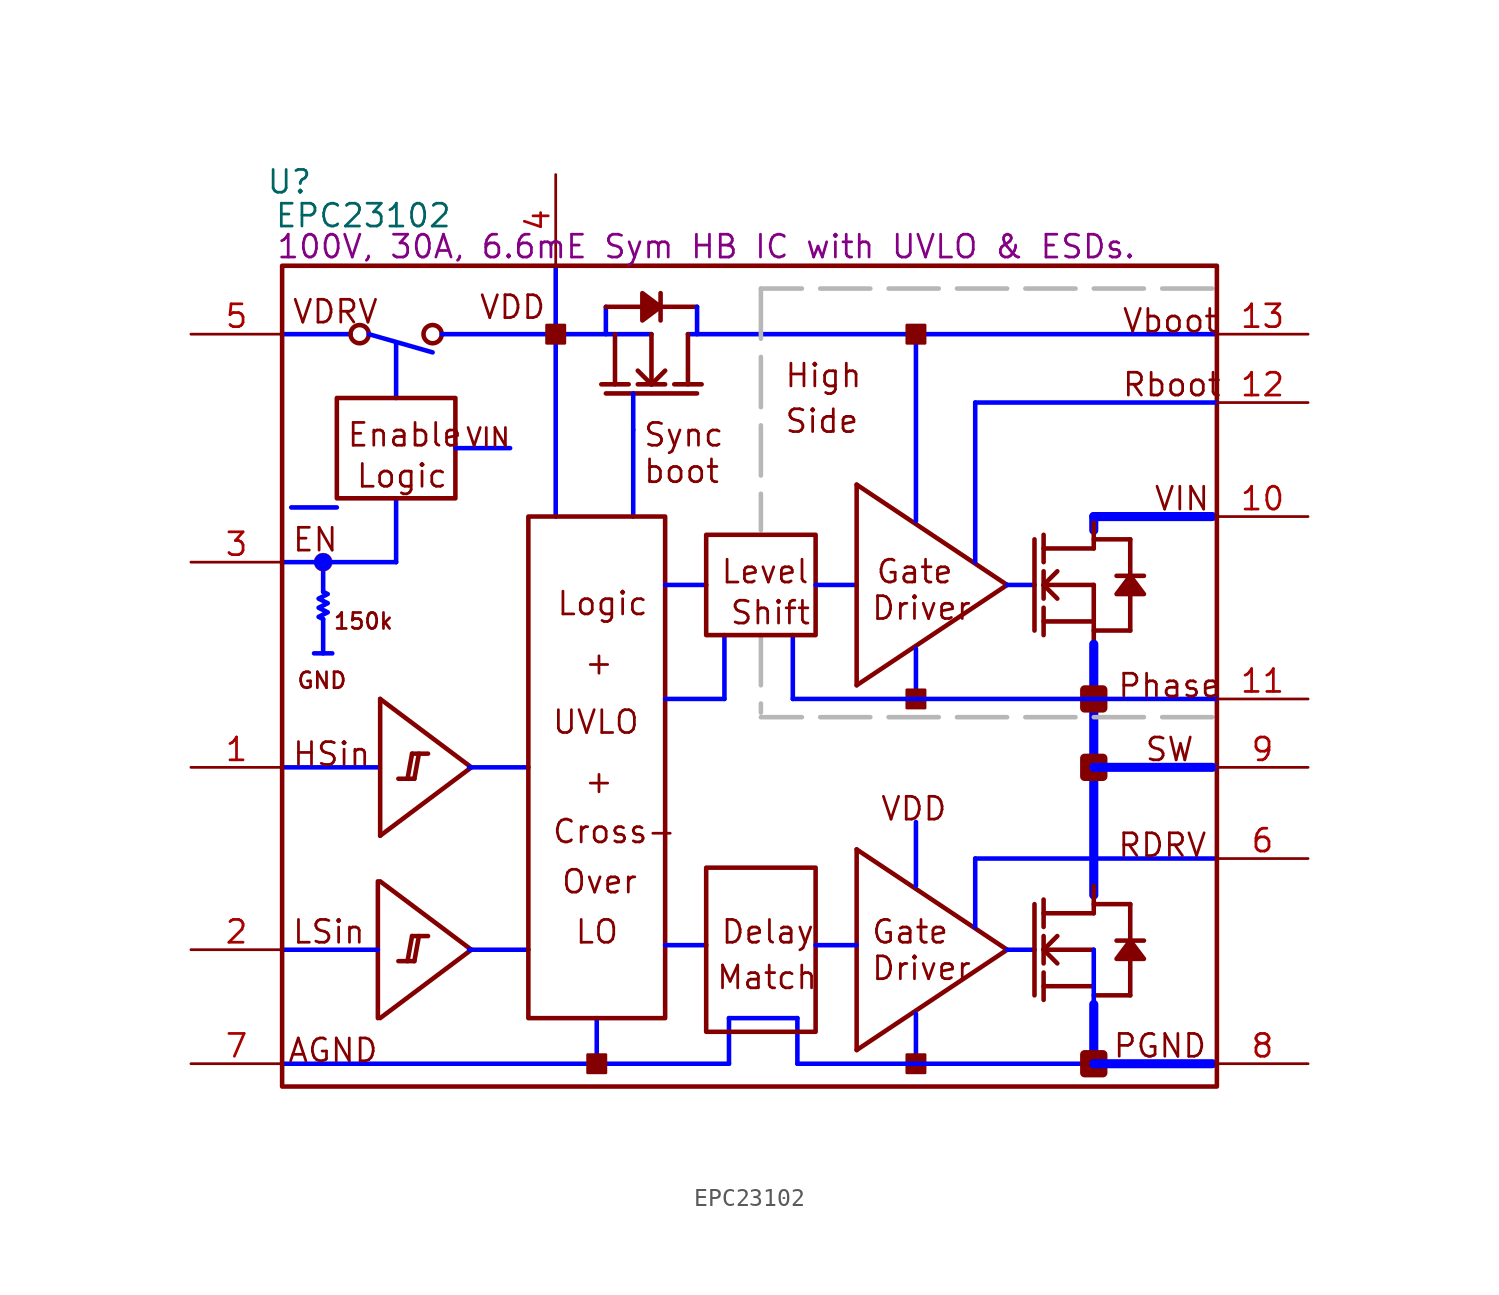
<source format=kicad_sym>
(kicad_symbol_lib
  (version 20220914)
  (generator kicad_symbol_editor)
  (symbol "EPC23102"
    (property "Reference" "U"
      (at 5.486 50.394 0)
      (effects (font (size 1.27 1.27))))
    (property "Value" "EPC23102"
      (at 9.601 48.514 0)
      (effects (font (size 1.27 1.27))))
    (property "Description" "100V, 30A, 6.6mE Sym HB IC with UVLO & ESDs."
      (at 28.702 46.787 0)
      (effects (font (size 1.27 1.27))))
    (symbol "EPC23102_1_0"
      (polyline (pts (xy 5.08 1.27) (xy 29.972 1.27)) (stroke (width 0.254) (type solid) (color 0 0 255 1)) (fill (type none)))
      (polyline (pts (xy 5.08 41.91) (xy 8.89 41.91)) (stroke (width 0.254) (type solid) (color 0 0 255 1)) (fill (type none)))
      (polyline (pts (xy 5.588 32.258) (xy 8.128 32.258)) (stroke (width 0.254) (type solid) (color 0 0 255 1)) (fill (type none)))
      (polyline (pts (xy 7.366 26.035) (xy 7.366 24.13)) (stroke (width 0.254) (type solid) (color 0 0 255 1)) (fill (type none)))
      (polyline (pts (xy 7.366 29.21) (xy 7.366 27.559)) (stroke (width 0.254) (type solid) (color 0 0 255 1)) (fill (type none)))
      (polyline (pts (xy 7.874 24.13) (xy 6.858 24.13)) (stroke (width 0.254) (type solid) (color 0 0 255 1)) (fill (type none)))
      (polyline (pts (xy 9.906 41.91) (xy 13.462 40.894)) (stroke (width 0.254) (type solid) (color 0 0 255 1)) (fill (type none)))
      (polyline (pts (xy 10.414 7.62) (xy 5.08 7.62)) (stroke (width 0.254) (type solid) (color 0 0 255 1)) (fill (type none)))
      (polyline (pts (xy 10.414 11.43) (xy 10.414 3.81)) (stroke (width 0.254) (type solid)) (fill (type none)))
      (polyline (pts (xy 10.414 17.78) (xy 5.08 17.78)) (stroke (width 0.254) (type solid) (color 0 0 255 1)) (fill (type none)))
      (polyline (pts (xy 10.541 3.81) (xy 15.621 7.62)) (stroke (width 0.254) (type solid)) (fill (type none)))
      (polyline (pts (xy 10.541 11.43) (xy 15.621 7.62)) (stroke (width 0.254) (type solid)) (fill (type none)))
      (polyline (pts (xy 10.541 13.97) (xy 15.621 17.78)) (stroke (width 0.254) (type solid)) (fill (type none)))
      (polyline (pts (xy 10.541 21.59) (xy 10.541 13.97)) (stroke (width 0.254) (type solid)) (fill (type none)))
      (polyline (pts (xy 10.541 21.59) (xy 15.621 17.78)) (stroke (width 0.254) (type solid)) (fill (type none)))
      (polyline (pts (xy 11.43 29.21) (xy 5.08 29.21)) (stroke (width 0.254) (type solid) (color 0 0 255 1)) (fill (type none)))
      (polyline (pts (xy 11.43 29.21) (xy 11.43 32.766)) (stroke (width 0.254) (type solid) (color 0 0 255 1)) (fill (type none)))
      (polyline (pts (xy 11.43 38.354) (xy 11.43 41.402)) (stroke (width 0.254) (type solid) (color 0 0 255 1)) (fill (type none)))
      (polyline (pts (xy 12.065 6.985) (xy 12.319 8.382)) (stroke (width 0.254) (type solid)) (fill (type none)))
      (polyline (pts (xy 12.065 17.145) (xy 12.319 18.542)) (stroke (width 0.254) (type solid)) (fill (type none)))
      (polyline (pts (xy 12.446 6.985) (xy 11.557 6.985)) (stroke (width 0.254) (type solid)) (fill (type none)))
      (polyline (pts (xy 12.446 6.985) (xy 12.7 8.382)) (stroke (width 0.254) (type solid)) (fill (type none)))
      (polyline (pts (xy 12.446 17.145) (xy 11.557 17.145)) (stroke (width 0.254) (type solid)) (fill (type none)))
      (polyline (pts (xy 12.446 17.145) (xy 12.7 18.542)) (stroke (width 0.254) (type solid)) (fill (type none)))
      (polyline (pts (xy 13.208 8.382) (xy 12.319 8.382)) (stroke (width 0.254) (type solid)) (fill (type none)))
      (polyline (pts (xy 13.208 18.542) (xy 12.319 18.542)) (stroke (width 0.254) (type solid)) (fill (type none)))
      (polyline (pts (xy 13.97 41.91) (xy 25.654 41.91)) (stroke (width 0.254) (type solid) (color 0 0 255 1)) (fill (type none)))
      (polyline (pts (xy 15.494 7.62) (xy 18.796 7.62)) (stroke (width 0.254) (type solid) (color 0 0 255 1)) (fill (type none)))
      (polyline (pts (xy 15.494 17.78) (xy 18.796 17.78)) (stroke (width 0.254) (type solid) (color 0 0 255 1)) (fill (type none)))
      (polyline (pts (xy 17.78 35.56) (xy 14.732 35.56)) (stroke (width 0.254) (type solid) (color 0 0 255 1)) (fill (type none)))
      (polyline (pts (xy 20.32 31.75) (xy 20.32 45.72)) (stroke (width 0.254) (type solid) (color 0 0 255 1)) (fill (type none)))
      (polyline (pts (xy 22.606 1.27) (xy 22.606 3.81)) (stroke (width 0.254) (type solid) (color 0 0 255 1)) (fill (type none)))
      (polyline (pts (xy 23.114 38.608) (xy 28.194 38.608)) (stroke (width 0.254) (type solid)) (fill (type none)))
      (polyline (pts (xy 23.114 43.434) (xy 23.114 41.91)) (stroke (width 0.254) (type solid) (color 0 0 255 1)) (fill (type none)))
      (polyline (pts (xy 23.114 43.434) (xy 25.146 43.434)) (stroke (width 0.254) (type solid)) (fill (type none)))
      (polyline (pts (xy 23.622 41.91) (xy 23.622 39.116)) (stroke (width 0.254) (type solid)) (fill (type none)))
      (polyline (pts (xy 24.384 39.116) (xy 22.86 39.116)) (stroke (width 0.254) (type solid)) (fill (type none)))
      (polyline (pts (xy 24.638 31.75) (xy 24.638 36.576)) (stroke (width 0.254) (type solid) (color 0 0 255 1)) (fill (type none)))
      (polyline (pts (xy 24.638 38.608) (xy 24.638 36.576)) (stroke (width 0.254) (type solid) (color 0 0 255 1)) (fill (type none)))
      (polyline (pts (xy 25.654 39.116) (xy 24.892 39.878)) (stroke (width 0.254) (type solid)) (fill (type none)))
      (polyline (pts (xy 25.654 39.116) (xy 25.654 41.91)) (stroke (width 0.254) (type solid)) (fill (type none)))
      (polyline (pts (xy 26.162 42.672) (xy 26.162 44.196)) (stroke (width 0.254) (type solid)) (fill (type none)))
      (polyline (pts (xy 26.162 43.434) (xy 28.194 43.434)) (stroke (width 0.254) (type solid)) (fill (type none)))
      (polyline (pts (xy 26.416 27.94) (xy 28.702 27.94)) (stroke (width 0.254) (type solid) (color 0 0 255 1)) (fill (type none)))
      (polyline (pts (xy 26.416 39.116) (xy 24.892 39.116)) (stroke (width 0.254) (type solid)) (fill (type none)))
      (polyline (pts (xy 26.416 39.878) (xy 25.654 39.116)) (stroke (width 0.254) (type solid)) (fill (type none)))
      (polyline (pts (xy 27.686 39.116) (xy 27.686 41.91)) (stroke (width 0.254) (type solid)) (fill (type none)))
      (polyline (pts (xy 27.686 41.91) (xy 57.15 41.91)) (stroke (width 0.254) (type solid) (color 0 0 255 1)) (fill (type none)))
      (polyline (pts (xy 28.194 43.434) (xy 28.194 41.91)) (stroke (width 0.254) (type solid) (color 0 0 255 1)) (fill (type none)))
      (polyline (pts (xy 28.448 39.116) (xy 26.924 39.116)) (stroke (width 0.254) (type solid)) (fill (type none)))
      (polyline (pts (xy 28.702 7.874) (xy 26.416 7.874)) (stroke (width 0.254) (type solid) (color 0 0 255 1)) (fill (type none)))
      (polyline (pts (xy 29.718 21.59) (xy 26.416 21.59)) (stroke (width 0.254) (type solid) (color 0 0 255 1)) (fill (type none)))
      (polyline (pts (xy 29.718 21.59) (xy 29.718 25.146)) (stroke (width 0.254) (type solid) (color 0 0 255 1)) (fill (type none)))
      (polyline (pts (xy 29.972 1.27) (xy 29.972 3.048)) (stroke (width 0.254) (type solid) (color 0 0 255 1)) (fill (type none)))
      (polyline (pts (xy 29.972 3.048) (xy 29.972 3.81)) (stroke (width 0.254) (type solid) (color 0 0 255 1)) (fill (type none)))
      (polyline (pts (xy 29.972 3.81) (xy 33.782 3.81)) (stroke (width 0.254) (type solid) (color 0 0 255 1)) (fill (type none)))
      (polyline (pts (xy 31.75 25.146) (xy 31.75 20.828)) (stroke (width 0.254) (type dash) (color 183 183 183 1)) (fill (type none)))
      (polyline (pts (xy 31.75 44.45) (xy 31.75 30.988)) (stroke (width 0.254) (type dash) (color 183 183 183 1)) (fill (type none)))
      (polyline (pts (xy 33.528 21.59) (xy 33.528 25.146)) (stroke (width 0.254) (type solid) (color 0 0 255 1)) (fill (type none)))
      (polyline (pts (xy 33.782 1.27) (xy 33.782 3.048)) (stroke (width 0.254) (type solid) (color 0 0 255 1)) (fill (type none)))
      (polyline (pts (xy 33.782 3.048) (xy 33.782 3.81)) (stroke (width 0.254) (type solid) (color 0 0 255 1)) (fill (type none)))
      (polyline (pts (xy 34.798 27.94) (xy 37.084 27.94)) (stroke (width 0.254) (type solid) (color 0 0 255 1)) (fill (type none)))
      (polyline (pts (xy 37.084 2.032) (xy 45.466 7.62)) (stroke (width 0.254) (type solid)) (fill (type none)))
      (polyline (pts (xy 37.084 7.874) (xy 34.798 7.874)) (stroke (width 0.254) (type solid) (color 0 0 255 1)) (fill (type none)))
      (polyline (pts (xy 37.084 13.208) (xy 37.084 2.032)) (stroke (width 0.254) (type solid)) (fill (type none)))
      (polyline (pts (xy 37.084 13.208) (xy 45.466 7.62)) (stroke (width 0.254) (type solid)) (fill (type none)))
      (polyline (pts (xy 37.084 22.352) (xy 45.466 27.94)) (stroke (width 0.254) (type solid)) (fill (type none)))
      (polyline (pts (xy 37.084 33.528) (xy 37.084 22.352)) (stroke (width 0.254) (type solid)) (fill (type none)))
      (polyline (pts (xy 37.084 33.528) (xy 45.466 27.94)) (stroke (width 0.254) (type solid)) (fill (type none)))
      (polyline (pts (xy 40.386 1.27) (xy 40.386 4.064)) (stroke (width 0.254) (type solid) (color 0 0 255 1)) (fill (type none)))
      (polyline (pts (xy 40.386 11.176) (xy 40.386 14.732)) (stroke (width 0.254) (type solid) (color 0 0 255 1)) (fill (type none)))
      (polyline (pts (xy 40.386 21.59) (xy 40.386 24.384)) (stroke (width 0.254) (type solid) (color 0 0 255 1)) (fill (type none)))
      (polyline (pts (xy 40.386 31.496) (xy 40.386 41.91)) (stroke (width 0.254) (type solid) (color 0 0 255 1)) (fill (type none)))
      (polyline (pts (xy 43.688 8.89) (xy 43.688 12.7)) (stroke (width 0.254) (type solid) (color 0 0 255 1)) (fill (type none)))
      (polyline (pts (xy 43.688 12.7) (xy 57.15 12.7)) (stroke (width 0.254) (type solid) (color 0 0 255 1)) (fill (type none)))
      (polyline (pts (xy 43.688 29.21) (xy 43.688 38.1)) (stroke (width 0.254) (type solid) (color 0 0 255 1)) (fill (type none)))
      (polyline (pts (xy 45.466 7.62) (xy 46.99 7.62)) (stroke (width 0.254) (type solid) (color 0 0 255 1)) (fill (type none)))
      (polyline (pts (xy 45.466 27.94) (xy 46.99 27.94)) (stroke (width 0.254) (type solid) (color 0 0 255 1)) (fill (type none)))
      (polyline (pts (xy 46.99 10.16) (xy 46.99 5.08)) (stroke (width 0.254) (type solid)) (fill (type none)))
      (polyline (pts (xy 46.99 30.48) (xy 46.99 25.4)) (stroke (width 0.254) (type solid)) (fill (type none)))
      (polyline (pts (xy 47.498 4.826) (xy 47.498 6.35)) (stroke (width 0.254) (type solid)) (fill (type none)))
      (polyline (pts (xy 47.498 5.588) (xy 50.292 5.588)) (stroke (width 0.254) (type solid)) (fill (type none)))
      (polyline (pts (xy 47.498 6.858) (xy 47.498 8.382)) (stroke (width 0.254) (type solid)) (fill (type none)))
      (polyline (pts (xy 47.498 7.62) (xy 48.26 8.382)) (stroke (width 0.254) (type solid)) (fill (type none)))
      (polyline (pts (xy 47.498 7.62) (xy 50.292 7.62)) (stroke (width 0.254) (type solid)) (fill (type none)))
      (polyline (pts (xy 47.498 8.89) (xy 47.498 10.414)) (stroke (width 0.254) (type solid)) (fill (type none)))
      (polyline (pts (xy 47.498 25.146) (xy 47.498 26.67)) (stroke (width 0.254) (type solid)) (fill (type none)))
      (polyline (pts (xy 47.498 25.908) (xy 50.292 25.908)) (stroke (width 0.254) (type solid)) (fill (type none)))
      (polyline (pts (xy 47.498 27.178) (xy 47.498 28.702)) (stroke (width 0.254) (type solid)) (fill (type none)))
      (polyline (pts (xy 47.498 27.94) (xy 48.26 28.702)) (stroke (width 0.254) (type solid)) (fill (type none)))
      (polyline (pts (xy 47.498 27.94) (xy 50.292 27.94)) (stroke (width 0.254) (type solid)) (fill (type none)))
      (polyline (pts (xy 47.498 29.21) (xy 47.498 30.734)) (stroke (width 0.254) (type solid)) (fill (type none)))
      (polyline (pts (xy 48.26 6.858) (xy 47.498 7.62)) (stroke (width 0.254) (type solid)) (fill (type none)))
      (polyline (pts (xy 48.26 27.178) (xy 47.498 27.94)) (stroke (width 0.254) (type solid)) (fill (type none)))
      (polyline (pts (xy 50.292 1.27) (xy 33.782 1.27)) (stroke (width 0.254) (type solid) (color 0 0 255 1)) (fill (type none)))
      (polyline (pts (xy 50.292 1.27) (xy 50.292 7.62)) (stroke (width 0.254) (type solid) (color 0 0 255 1)) (fill (type none)))
      (polyline (pts (xy 50.292 1.524) (xy 50.292 4.572)) (stroke (width 0.508) (type solid) (color 0 0 255 1)) (fill (type none)))
      (polyline (pts (xy 50.292 5.08) (xy 52.324 5.08)) (stroke (width 0.254) (type solid)) (fill (type none)))
      (polyline (pts (xy 50.292 9.652) (xy 47.498 9.652)) (stroke (width 0.254) (type solid)) (fill (type none)))
      (polyline (pts (xy 50.292 9.652) (xy 50.292 11.176)) (stroke (width 0.254) (type solid)) (fill (type none)))
      (polyline (pts (xy 50.292 10.16) (xy 52.324 10.16)) (stroke (width 0.254) (type solid)) (fill (type none)))
      (polyline (pts (xy 50.292 10.668) (xy 50.292 21.59)) (stroke (width 0.508) (type solid) (color 0 0 255 1)) (fill (type none)))
      (polyline (pts (xy 50.292 21.59) (xy 50.292 24.638)) (stroke (width 0.508) (type solid) (color 0 0 255 1)) (fill (type none)))
      (polyline (pts (xy 50.292 25.4) (xy 52.324 25.4)) (stroke (width 0.254) (type solid)) (fill (type none)))
      (polyline (pts (xy 50.292 27.94) (xy 50.292 22.86)) (stroke (width 0.254) (type solid)) (fill (type none)))
      (polyline (pts (xy 50.292 29.972) (xy 47.498 29.972)) (stroke (width 0.254) (type solid)) (fill (type none)))
      (polyline (pts (xy 50.292 29.972) (xy 50.292 31.496)) (stroke (width 0.254) (type solid)) (fill (type none)))
      (polyline (pts (xy 50.292 30.48) (xy 52.324 30.48)) (stroke (width 0.254) (type solid)) (fill (type none)))
      (polyline (pts (xy 50.292 30.988) (xy 50.292 31.75)) (stroke (width 0.508) (type solid) (color 0 0 255 1)) (fill (type none)))
      (polyline (pts (xy 50.292 31.75) (xy 57.15 31.75)) (stroke (width 0.254) (type solid) (color 0 0 255 1)) (fill (type none)))
      (polyline (pts (xy 52.324 7.112) (xy 52.324 5.08)) (stroke (width 0.254) (type solid)) (fill (type none)))
      (polyline (pts (xy 52.324 10.16) (xy 52.324 8.128)) (stroke (width 0.254) (type solid)) (fill (type none)))
      (polyline (pts (xy 52.324 27.432) (xy 52.324 25.4)) (stroke (width 0.254) (type solid)) (fill (type none)))
      (polyline (pts (xy 52.324 30.48) (xy 52.324 28.448)) (stroke (width 0.254) (type solid)) (fill (type none)))
      (polyline (pts (xy 53.086 8.128) (xy 51.562 8.128)) (stroke (width 0.254) (type solid)) (fill (type none)))
      (polyline (pts (xy 53.086 28.448) (xy 51.562 28.448)) (stroke (width 0.254) (type solid)) (fill (type none)))
      (polyline (pts (xy 56.896 1.27) (xy 50.292 1.27)) (stroke (width 0.508) (type solid) (color 0 0 255 1)) (fill (type none)))
      (polyline (pts (xy 56.896 17.78) (xy 50.292 17.78)) (stroke (width 0.508) (type solid) (color 0 0 255 1)) (fill (type none)))
      (polyline (pts (xy 56.896 20.574) (xy 31.75 20.574)) (stroke (width 0.254) (type dash) (color 183 183 183 1)) (fill (type none)))
      (polyline (pts (xy 56.896 31.75) (xy 50.292 31.75)) (stroke (width 0.508) (type solid) (color 0 0 255 1)) (fill (type none)))
      (polyline (pts (xy 56.896 44.45) (xy 31.75 44.45)) (stroke (width 0.254) (type dash) (color 183 183 183 1)) (fill (type none)))
      (polyline (pts (xy 57.15 17.78) (xy 50.292 17.78)) (stroke (width 0.254) (type solid) (color 0 0 255 1)) (fill (type none)))
      (polyline (pts (xy 57.15 21.59) (xy 33.528 21.59)) (stroke (width 0.254) (type solid) (color 0 0 255 1)) (fill (type none)))
      (polyline (pts (xy 57.15 38.1) (xy 43.688 38.1)) (stroke (width 0.254) (type solid) (color 0 0 255 1)) (fill (type none)))
      (polyline (pts (xy 26.162 43.434) (xy 25.146 44.196) (xy 25.146 42.672) (xy 26.162 43.434)) (stroke (width 0.254) (type solid)) (fill (type outline)))
      (polyline (pts (xy 52.324 8.128) (xy 51.562 7.112) (xy 53.086 7.112) (xy 52.324 8.128)) (stroke (width 0.254) (type solid)) (fill (type outline)))
      (polyline (pts (xy 52.324 28.448) (xy 51.562 27.432) (xy 53.086 27.432) (xy 52.324 28.448)) (stroke (width 0.254) (type solid)) (fill (type outline)))
      (polyline (pts (xy 7.366 26.035) (xy 7.112 26.162) (xy 7.62 26.416) (xy 7.112 26.67) (xy 7.62 26.924) (xy 7.112 27.178) (xy 7.62 27.432) (xy 7.366 27.559)) (stroke (width 0.254) (type solid) (color 0 0 255 1)) (fill (type none)))
      (circle (center 7.366 29.21) (radius 0.508) (stroke (width 0.0001) (type solid)) (fill (type color) (color 0 0 255 1)))
      (circle (center 9.398 41.91) (radius 0.508) (stroke (width 0.254) (type solid)) (fill (type none)))
      (circle (center 13.462 41.91) (radius 0.508) (stroke (width 0.254) (type solid)) (fill (type none)))
      (rectangle (start 14.732 38.354) (end 8.128 32.766) (stroke (width 0.254) (type solid)) (fill (type none)))
      (rectangle (start 20.828 42.418) (end 19.812 41.402) (stroke (width 0) (type solid)) (fill (type outline)))
      (rectangle (start 23.114 1.778) (end 22.098 0.762) (stroke (width 0) (type solid)) (fill (type outline)))
      (rectangle (start 26.416 31.75) (end 18.796 3.81) (stroke (width 0.254) (type solid)) (fill (type none)))
      (rectangle (start 34.798 12.192) (end 28.702 3.048) (stroke (width 0.254) (type solid)) (fill (type none)))
      (rectangle (start 34.798 30.734) (end 28.702 25.146) (stroke (width 0.254) (type solid)) (fill (type none)))
      (rectangle (start 40.894 1.778) (end 39.878 0.762) (stroke (width 0) (type solid)) (fill (type outline)))
      (rectangle (start 40.894 22.098) (end 39.878 21.082) (stroke (width 0) (type solid)) (fill (type outline)))
      (rectangle (start 40.894 42.418) (end 39.878 41.402) (stroke (width 0) (type solid)) (fill (type outline)))
      (rectangle (start 50.8 1.778) (end 49.784 0.762) (stroke (width 0.508) (type solid)) (fill (type outline)))
      (rectangle (start 50.8 18.288) (end 49.784 17.272) (stroke (width 0.508) (type solid)) (fill (type outline)))
      (rectangle (start 50.8 22.098) (end 49.784 21.082) (stroke (width 0.508) (type solid)) (fill (type outline)))
      (rectangle (start 57.15 45.72) (end 5.08 0) (stroke (width 0.254) (type solid)) (fill (type none)))
      (text "+" (at 21.844 16.256 0) (effects (font (size 1.27 1.27)) (justify left bottom)))
      (text "+" (at 21.844 22.86 0) (effects (font (size 1.27 1.27)) (justify left bottom)))
      (text "150k" (at 7.874 25.4 0) (effects (font (size 0.889 0.889)) (justify left bottom)))
      (text "AGND" (at 5.334 1.27 0) (effects (font (size 1.27 1.27)) (justify left bottom)))
      (text "boot" (at 25.146 33.528 0) (effects (font (size 1.27 1.27)) (justify left bottom)))
      (text "Cross-" (at 20.066 13.462 0) (effects (font (size 1.27 1.27)) (justify left bottom)))
      (text "Delay" (at 29.464 7.874 0) (effects (font (size 1.27 1.27)) (justify left bottom)))
      (text "Driver" (at 37.846 5.842 0) (effects (font (size 1.27 1.27)) (justify left bottom)))
      (text "Driver" (at 37.846 25.908 0) (effects (font (size 1.27 1.27)) (justify left bottom)))
      (text "EN" (at 5.588 29.718 0) (effects (font (size 1.27 1.27)) (justify left bottom)))
      (text "Enable" (at 8.636 35.56 0) (effects (font (size 1.27 1.27)) (justify left bottom)))
      (text "Gate" (at 37.846 7.874 0) (effects (font (size 1.27 1.27)) (justify left bottom)))
      (text "Gate" (at 38.1 27.94 0) (effects (font (size 1.27 1.27)) (justify left bottom)))
      (text "GND" (at 5.842 22.098 0) (effects (font (size 0.889 0.889)) (justify left bottom)))
      (text "High" (at 33.02 38.862 0) (effects (font (size 1.27 1.27)) (justify left bottom)))
      (text "HSin" (at 5.588 17.78 0) (effects (font (size 1.27 1.27)) (justify left bottom)))
      (text "Level" (at 29.464 27.94 0) (effects (font (size 1.27 1.27)) (justify left bottom)))
      (text "LO" (at 21.336 7.874 0) (effects (font (size 1.27 1.27)) (justify left bottom)))
      (text "Logic" (at 9.144 33.274 0) (effects (font (size 1.27 1.27)) (justify left bottom)))
      (text "Logic" (at 20.32 26.162 0) (effects (font (size 1.27 1.27)) (justify left bottom)))
      (text "LSin" (at 5.588 7.874 0) (effects (font (size 1.27 1.27)) (justify left bottom)))
      (text "Match" (at 29.21 5.334 0) (effects (font (size 1.27 1.27)) (justify left bottom)))
      (text "Over" (at 20.574 10.668 0) (effects (font (size 1.27 1.27)) (justify left bottom)))
      (text "PGND" (at 51.308 1.524 0) (effects (font (size 1.27 1.27)) (justify left bottom)))
      (text "Phase" (at 51.562 21.59 0) (effects (font (size 1.27 1.27)) (justify left bottom)))
      (text "Rboot" (at 51.816 38.354 0) (effects (font (size 1.27 1.27)) (justify left bottom)))
      (text "RDRV" (at 51.562 12.7 0) (effects (font (size 1.27 1.27)) (justify left bottom)))
      (text "Shift" (at 29.972 25.654 0) (effects (font (size 1.27 1.27)) (justify left bottom)))
      (text "Side" (at 33.02 36.322 0) (effects (font (size 1.27 1.27)) (justify left bottom)))
      (text "SW" (at 53.086 18.034 0) (effects (font (size 1.27 1.27)) (justify left bottom)))
      (text "Sync" (at 25.146 35.56 0) (effects (font (size 1.27 1.27)) (justify left bottom)))
      (text "UVLO" (at 20.066 19.558 0) (effects (font (size 1.27 1.27)) (justify left bottom)))
      (text "Vboot" (at 51.816 41.91 0) (effects (font (size 1.27 1.27)) (justify left bottom)))
      (text "VDD" (at 16.002 42.672 0) (effects (font (size 1.27 1.27)) (justify left bottom)))
      (text "VDD" (at 38.354 14.732 0) (effects (font (size 1.27 1.27)) (justify left bottom)))
      (text "VDRV" (at 5.588 42.418 0) (effects (font (size 1.27 1.27)) (justify left bottom)))
      (text "VIN" (at 15.24 35.56 0) (effects (font (size 1.016 1.016)) (justify left bottom)))
      (text "VIN" (at 53.594 32.004 0) (effects (font (size 1.27 1.27)) (justify left bottom)))
      (pin passive line (at 0 17.78 0) (length 5.08) (name "HSin" (effects (font (size 0 0)))) (number "1" (effects (font (size 1.27 1.27)))))
      (pin passive line (at 62.23 31.75 180) (length 5.08) (name "VIN" (effects (font (size 0 0)))) (number "10" (effects (font (size 1.27 1.27)))))
      (pin passive line (at 62.23 21.59 180) (length 5.08) (name "Phase" (effects (font (size 0 0)))) (number "11" (effects (font (size 1.27 1.27)))))
      (pin passive line (at 62.23 38.1 180) (length 5.08) (name "Rboot" (effects (font (size 0 0)))) (number "12" (effects (font (size 1.27 1.27)))))
      (pin passive line (at 62.23 41.91 180) (length 5.08) (name "Vboot" (effects (font (size 0 0)))) (number "13" (effects (font (size 1.27 1.27)))))
      (pin passive line (at 0 7.62 0) (length 5.08) (name "LSin" (effects (font (size 0 0)))) (number "2" (effects (font (size 1.27 1.27)))))
      (pin passive line (at 0 29.21 0) (length 5.08) (name "ENb" (effects (font (size 0 0)))) (number "3" (effects (font (size 1.27 1.27)))))
      (pin passive line (at 20.32 50.8 270) (length 5.08) (name "VDD" (effects (font (size 0 0)))) (number "4" (effects (font (size 1.27 1.27)))))
      (pin passive line (at 0 41.91 0) (length 5.08) (name "VDRV" (effects (font (size 0 0)))) (number "5" (effects (font (size 1.27 1.27)))))
      (pin passive line (at 62.23 12.7 180) (length 5.08) (name "RDRV" (effects (font (size 0 0)))) (number "6" (effects (font (size 1.27 1.27)))))
      (pin passive line (at 0 1.27 0) (length 5.08) (name "AGND" (effects (font (size 0 0)))) (number "7" (effects (font (size 1.27 1.27)))))
      (pin passive line (at 62.23 1.27 180) (length 5.08) (name "PGND" (effects (font (size 0 0)))) (number "8" (effects (font (size 1.27 1.27)))))
      (pin passive line (at 62.23 17.78 180) (length 5.08) (name "SW" (effects (font (size 0 0)))) (number "9" (effects (font (size 1.27 1.27))))))))
</source>
